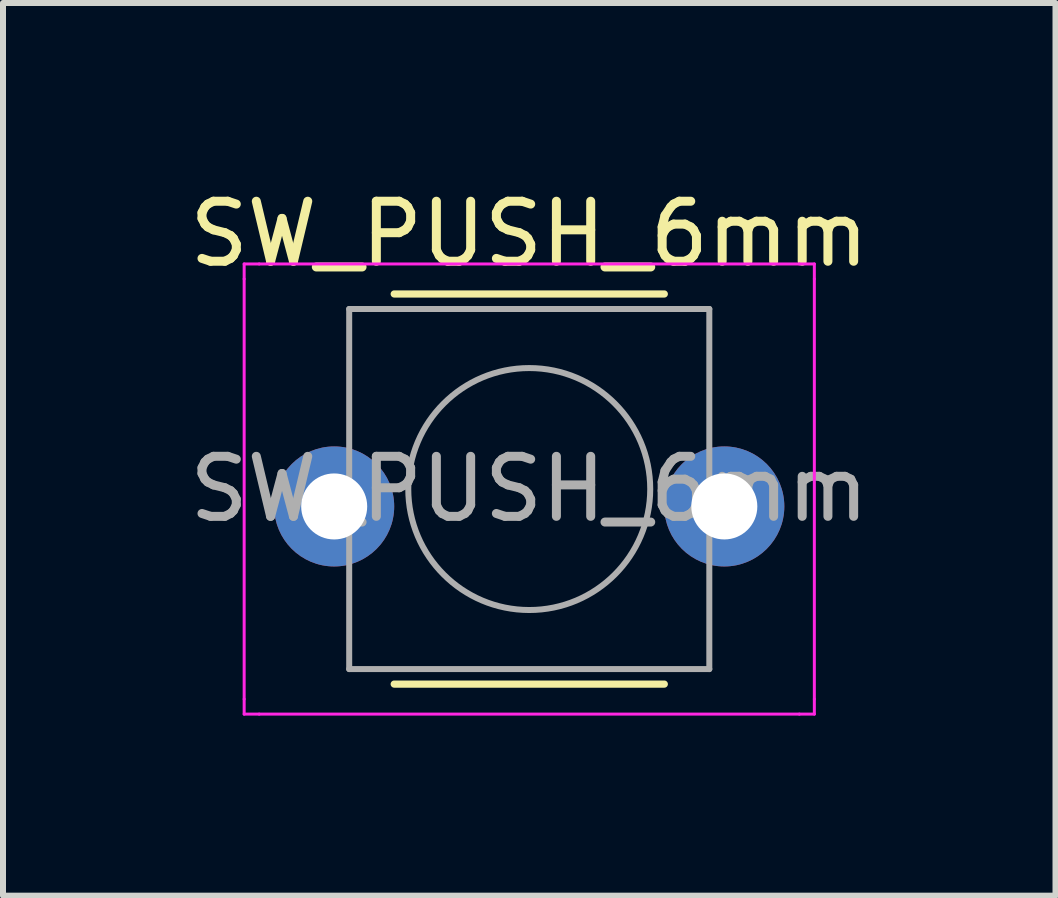
<source format=kicad_pcb>
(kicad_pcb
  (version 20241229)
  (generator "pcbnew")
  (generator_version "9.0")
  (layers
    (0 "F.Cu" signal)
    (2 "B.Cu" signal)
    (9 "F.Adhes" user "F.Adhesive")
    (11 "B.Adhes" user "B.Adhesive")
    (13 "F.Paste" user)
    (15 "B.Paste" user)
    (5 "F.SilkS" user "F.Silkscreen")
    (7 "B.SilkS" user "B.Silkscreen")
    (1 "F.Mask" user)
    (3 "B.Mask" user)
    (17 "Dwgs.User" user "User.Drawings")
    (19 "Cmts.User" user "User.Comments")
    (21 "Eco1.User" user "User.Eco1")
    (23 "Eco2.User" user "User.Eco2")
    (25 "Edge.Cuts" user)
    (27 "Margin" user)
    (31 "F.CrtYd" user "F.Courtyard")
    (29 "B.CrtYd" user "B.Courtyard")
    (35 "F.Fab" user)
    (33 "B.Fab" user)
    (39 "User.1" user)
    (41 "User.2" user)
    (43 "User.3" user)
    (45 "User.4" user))
  (footprint "SW_PUSH_6mm"
    (layer "F.Cu")
    (at 2.518 2.848)
    (property "Reference" "SW_PUSH_6mm" (at 3.25 -2 0) (layer "F.SilkS") (effects (font (size 1 1) (thickness 0.15))))
    (attr through_hole)
    (fp_line (start 1 5.5) (end 5.5 5.5) (stroke (width 0.12) (type solid)) (layer "F.SilkS"))
    (fp_line (start 5.5 -1) (end 1 -1) (stroke (width 0.12) (type solid)) (layer "F.SilkS"))
    (fp_line (start -1.5 -1.5) (end -1.25 -1.5) (stroke (width 0.05) (type solid)) (layer "F.CrtYd"))
    (fp_line (start -1.5 -1.25) (end -1.5 -1.5) (stroke (width 0.05) (type solid)) (layer "F.CrtYd"))
    (fp_line (start -1.5 5.75) (end -1.5 -1.25) (stroke (width 0.05) (type solid)) (layer "F.CrtYd"))
    (fp_line (start -1.5 5.75) (end -1.5 6) (stroke (width 0.05) (type solid)) (layer "F.CrtYd"))
    (fp_line (start -1.5 6) (end -1.25 6) (stroke (width 0.05) (type solid)) (layer "F.CrtYd"))
    (fp_line (start -1.25 -1.5) (end 7.75 -1.5) (stroke (width 0.05) (type solid)) (layer "F.CrtYd"))
    (fp_line (start 7.75 -1.5) (end 8 -1.5) (stroke (width 0.05) (type solid)) (layer "F.CrtYd"))
    (fp_line (start 7.75 6) (end -1.25 6) (stroke (width 0.05) (type solid)) (layer "F.CrtYd"))
    (fp_line (start 7.75 6) (end 8 6) (stroke (width 0.05) (type solid)) (layer "F.CrtYd"))
    (fp_line (start 8 -1.5) (end 8 -1.25) (stroke (width 0.05) (type solid)) (layer "F.CrtYd"))
    (fp_line (start 8 -1.25) (end 8 5.75) (stroke (width 0.05) (type solid)) (layer "F.CrtYd"))
    (fp_line (start 8 6) (end 8 5.75) (stroke (width 0.05) (type solid)) (layer "F.CrtYd"))
    (fp_line (start 0.25 -0.75) (end 3.25 -0.75) (stroke (width 0.1) (type solid)) (layer "F.Fab"))
    (fp_line (start 0.25 5.25) (end 0.25 -0.75) (stroke (width 0.1) (type solid)) (layer "F.Fab"))
    (fp_line (start 3.25 -0.75) (end 6.25 -0.75) (stroke (width 0.1) (type solid)) (layer "F.Fab"))
    (fp_line (start 6.25 -0.75) (end 6.25 5.25) (stroke (width 0.1) (type solid)) (layer "F.Fab"))
    (fp_line (start 6.25 5.25) (end 0.25 5.25) (stroke (width 0.1) (type solid)) (layer "F.Fab"))
    (fp_circle (center 3.25 2.25) (end 1.25 2.5) (stroke (width 0.1) (type solid)) (fill no) (layer "F.Fab"))
    (fp_text user "${REFERENCE}" (at 3.25 2.25 0) (layer "F.Fab") (effects (font (size 1 1) (thickness 0.15))))
    (pad "1" thru_hole circle (at 0 2.54 90) (size 2 2) (drill 1.1) (layers "*.Cu" "*.Mask"))
    (pad "2" thru_hole circle (at 6.5 2.54 90) (size 2 2) (drill 1.1) (layers "*.Cu" "*.Mask")))
  (gr_rect
    (start -3 -3)
    (end 14.536 11.873)
    (stroke (width 0.1) (type default))
    (fill no)
    (layer "Edge.Cuts")))
</source>
